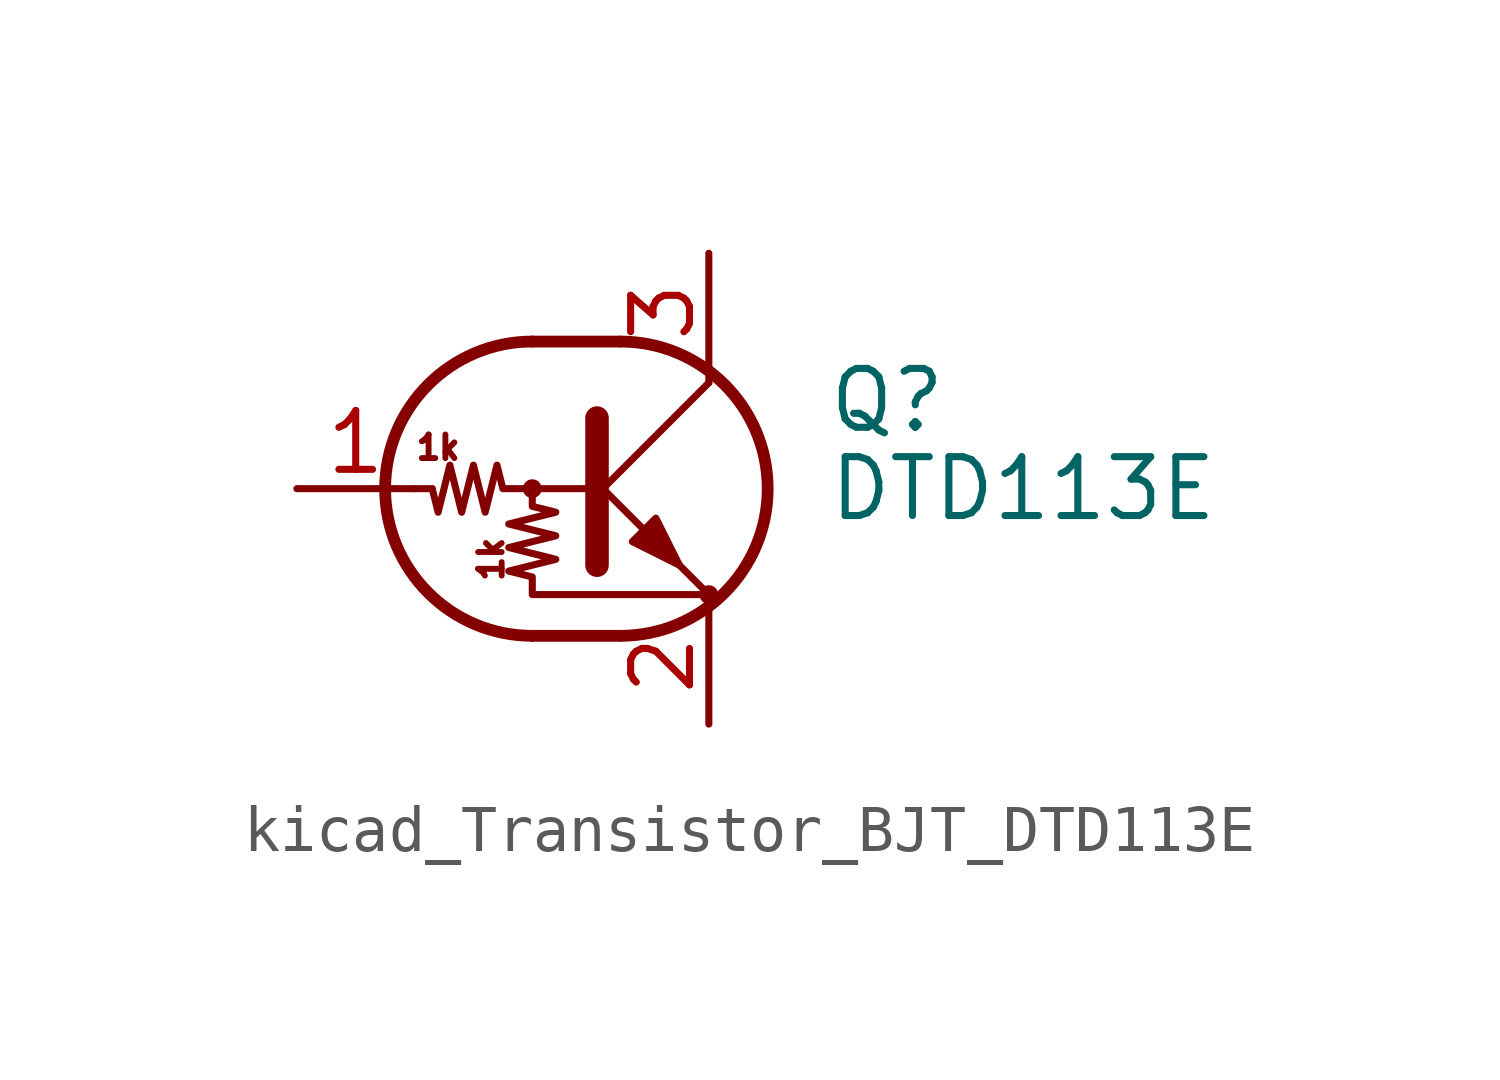
<source format=kicad_sym>
(kicad_symbol_lib
  (version 20220914)
  (generator kicad_symbol_editor)
  (symbol "kicad_Transistor_BJT_DTD113E"
    (pin_names
      (offset 0) hide)
    (property "Reference" "Q"
      (at 5.08 1.905 0)
      (effects (font (size 1.27 1.27)) (justify left)))
    (property "Value" "DTD113E"
      (at 5.08 0 0)
      (effects (font (size 1.27 1.27)) (justify left)))
    (symbol "kicad_Transistor_BJT_DTD113E_0_0"
      (text "1k" (at -3.302 0.889 0) (effects (font (size 0.508 0.508))))
      (text "1k" (at -2.159 -1.524 900) (effects (font (size 0.508 0.508)))))
    (symbol "kicad_Transistor_BJT_DTD113E_0_1"
      (circle (center -1.27 0) (radius 0.127) (stroke (width 0) (type default)) (fill (type none)))
      (arc (start -1.27 3.175) (mid -4.4312 0) (end -1.27 -3.175) (stroke (width 0.254) (type default)) (fill (type none)))
      (polyline (pts (xy -3.429 0) (xy -3.81 0)) (stroke (width 0) (type default)) (fill (type none)))
      (polyline (pts (xy -1.27 -3.175) (xy 0.635 -3.175)) (stroke (width 0.254) (type default)) (fill (type none)))
      (polyline (pts (xy -1.27 3.175) (xy 0.635 3.175)) (stroke (width 0.254) (type default)) (fill (type none)))
      (polyline (pts (xy 0 -0.254) (xy 2.54 2.286)) (stroke (width 0) (type default)) (fill (type none)))
      (polyline (pts (xy 0.127 1.524) (xy 0.127 -1.651)) (stroke (width 0.508) (type default)) (fill (type outline)))
      (polyline (pts (xy 2.54 2.286) (xy 2.54 2.54)) (stroke (width 0) (type default)) (fill (type none)))
      (polyline (pts (xy 2.54 -2.286) (xy 0 0.254) (xy 0 0.254)) (stroke (width 0) (type default)) (fill (type none)))
      (polyline (pts (xy 0.889 -1.143) (xy 1.397 -0.635) (xy 1.905 -1.651) (xy 0.889 -1.143)) (stroke (width 0) (type default)) (fill (type outline)))
      (polyline (pts (xy 0 0) (xy -1.905 0) (xy -2.032 0.508) (xy -2.286 -0.508) (xy -2.54 0.508) (xy -2.794 -0.508) (xy -3.048 0.508) (xy -3.302 -0.508) (xy -3.429 0)) (stroke (width 0) (type default)) (fill (type none)))
      (polyline (pts (xy -1.27 0) (xy -1.27 -0.381) (xy -0.762 -0.508) (xy -1.778 -0.762) (xy -0.762 -1.016) (xy -1.778 -1.27) (xy -0.762 -1.524) (xy -1.778 -1.778) (xy -1.27 -1.905) (xy -1.27 -2.286) (xy 2.54 -2.286)) (stroke (width 0) (type default)) (fill (type none)))
      (arc (start 0.635 -3.175) (mid 3.7962 0) (end 0.635 3.175) (stroke (width 0.254) (type default)) (fill (type none)))
      (circle (center 2.54 -2.286) (radius 0.127) (stroke (width 0) (type default)) (fill (type none))))
    (symbol "kicad_Transistor_BJT_DTD113E_1_1"
      (pin input line (at -6.35 0 0) (length 2.54) (name "B" (effects (font (size 1.27 1.27)))) (number "1" (effects (font (size 1.27 1.27)))))
      (pin passive line (at 2.54 -5.08 90) (length 2.54) (name "E" (effects (font (size 1.27 1.27)))) (number "2" (effects (font (size 1.27 1.27)))))
      (pin passive line (at 2.54 5.08 270) (length 2.54) (name "C" (effects (font (size 1.27 1.27)))) (number "3" (effects (font (size 1.27 1.27))))))))
</source>
